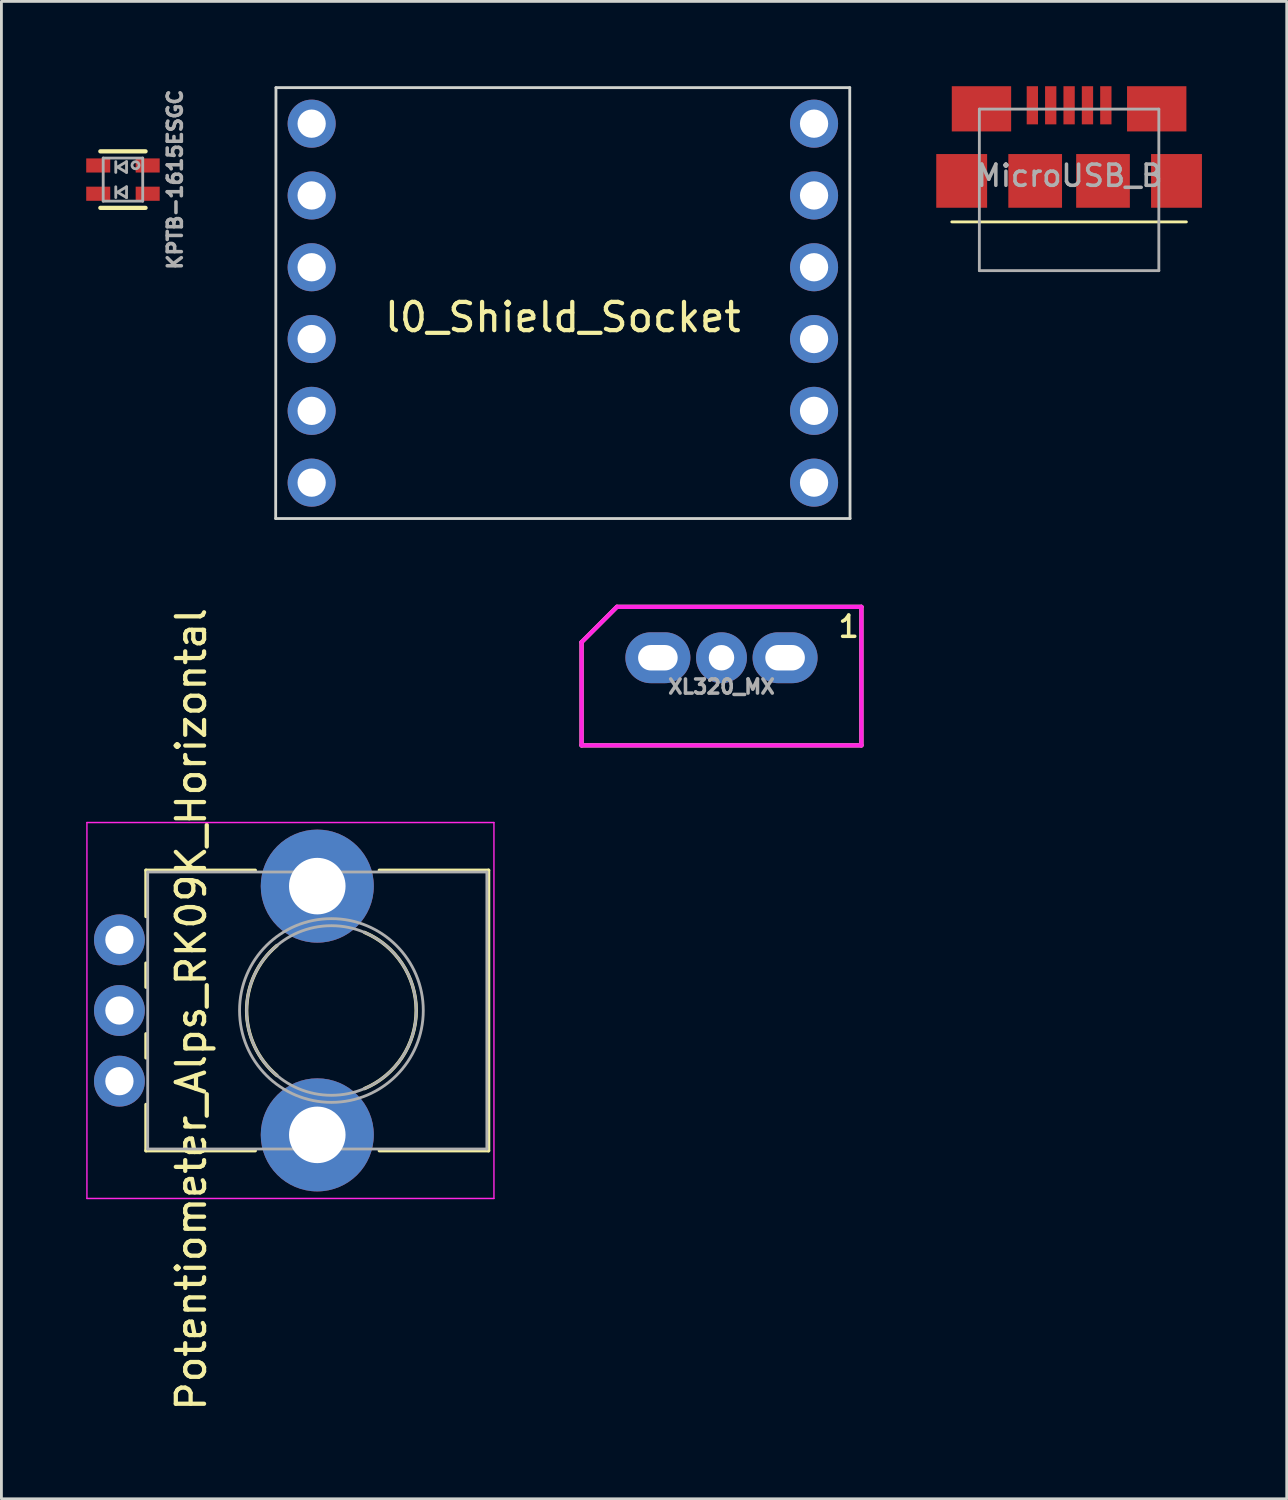
<source format=kicad_pcb>
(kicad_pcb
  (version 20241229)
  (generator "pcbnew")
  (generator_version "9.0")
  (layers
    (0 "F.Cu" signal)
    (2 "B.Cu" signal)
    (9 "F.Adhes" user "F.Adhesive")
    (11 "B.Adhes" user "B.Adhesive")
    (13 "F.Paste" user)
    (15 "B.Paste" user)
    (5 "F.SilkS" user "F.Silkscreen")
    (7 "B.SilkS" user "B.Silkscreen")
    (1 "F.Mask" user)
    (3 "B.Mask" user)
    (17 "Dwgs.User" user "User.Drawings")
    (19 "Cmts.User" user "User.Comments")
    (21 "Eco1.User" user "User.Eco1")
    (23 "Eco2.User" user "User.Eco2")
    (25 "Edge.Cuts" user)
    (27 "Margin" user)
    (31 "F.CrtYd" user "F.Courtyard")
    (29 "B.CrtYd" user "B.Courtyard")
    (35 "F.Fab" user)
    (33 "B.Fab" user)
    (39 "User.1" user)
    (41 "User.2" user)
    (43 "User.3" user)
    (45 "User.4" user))
  (footprint "KPTB-1615ESGC"
    (layer "F.Cu")
    (at 1.3 3.304)
    (property "Reference" "KPTB-1615ESGC" (at 1.841 0 90) (layer "F.Fab") (effects (font (size 0.5 0.5) (thickness 0.125))))
    (attr through_hole)
    (fp_line (start 0.8 -1) (end -0.8 -1) (stroke (width 0.15) (type solid)) (layer "F.SilkS"))
    (fp_line (start 0.8 1) (end -0.8 1) (stroke (width 0.15) (type solid)) (layer "F.SilkS"))
    (fp_line (start -0.699 -0.762) (end 0.699 -0.762) (stroke (width 0.1) (type solid)) (layer "F.Fab"))
    (fp_line (start -0.699 0.762) (end -0.699 -0.762) (stroke (width 0.1) (type solid)) (layer "F.Fab"))
    (fp_line (start -0.254 -0.635) (end -0.254 -0.254) (stroke (width 0.1) (type solid)) (layer "F.Fab"))
    (fp_line (start -0.254 0.254) (end -0.254 0.635) (stroke (width 0.1) (type solid)) (layer "F.Fab"))
    (fp_line (start -0.191 -0.445) (end 0.127 -0.635) (stroke (width 0.1) (type solid)) (layer "F.Fab"))
    (fp_line (start -0.191 0.445) (end 0.127 0.254) (stroke (width 0.1) (type solid)) (layer "F.Fab"))
    (fp_line (start 0.127 -0.635) (end 0.127 -0.254) (stroke (width 0.1) (type solid)) (layer "F.Fab"))
    (fp_line (start 0.127 -0.254) (end -0.191 -0.445) (stroke (width 0.1) (type solid)) (layer "F.Fab"))
    (fp_line (start 0.127 0.254) (end 0.127 0.635) (stroke (width 0.1) (type solid)) (layer "F.Fab"))
    (fp_line (start 0.127 0.635) (end -0.191 0.445) (stroke (width 0.1) (type solid)) (layer "F.Fab"))
    (fp_line (start 0.699 -0.762) (end 0.699 0.762) (stroke (width 0.1) (type solid)) (layer "F.Fab"))
    (fp_line (start 0.699 0.762) (end -0.699 0.762) (stroke (width 0.1) (type solid)) (layer "F.Fab"))
    (fp_circle (center 0.445 -0.508) (end 0.445 -0.381) (stroke (width 0.1) (type solid)) (fill no) (layer "F.Fab"))
    (pad "1" smd rect (at 0.875 -0.5) (size 0.85 0.5) (layers "F.Cu" "F.Mask" "F.Paste"))
    (pad "2" smd rect (at -0.875 -0.5) (size 0.85 0.5) (layers "F.Cu" "F.Mask" "F.Paste"))
    (pad "3" smd rect (at 0.875 0.5) (size 0.85 0.5) (layers "F.Cu" "F.Mask" "F.Paste"))
    (pad "4" smd rect (at -0.875 0.5) (size 0.85 0.5) (layers "F.Cu" "F.Mask" "F.Paste")))
  (footprint "MicroUSB_B"
    (layer "F.Cu")
    (at 34.773 3.35)
    (property "Reference" "MicroUSB_B" (at 0.015 -0.185 0) (layer "F.Fab") (effects (font (size 0.75 0.75) (thickness 0.125))))
    (attr through_hole)
    (fp_line (start 4.15 1.45) (end -4.15 1.45) (stroke (width 0.1) (type solid)) (layer "F.SilkS"))
    (fp_line (start -3.175 -2.54) (end 3.175 -2.54) (stroke (width 0.1) (type solid)) (layer "F.Fab"))
    (fp_line (start -3.175 3.175) (end -3.175 -2.54) (stroke (width 0.1) (type solid)) (layer "F.Fab"))
    (fp_line (start 3.175 -2.54) (end 3.175 3.175) (stroke (width 0.1) (type solid)) (layer "F.Fab"))
    (fp_line (start 3.175 3.175) (end -3.175 3.175) (stroke (width 0.1) (type solid)) (layer "F.Fab"))
    (pad "1" smd rect (at -1.3 -2.675) (size 0.4 1.35) (layers "F.Cu" "F.Mask" "F.Paste"))
    (pad "2" smd rect (at -0.65 -2.675) (size 0.4 1.35) (layers "F.Cu" "F.Mask" "F.Paste"))
    (pad "3" smd rect (at 0 -2.675) (size 0.4 1.35) (layers "F.Cu" "F.Mask" "F.Paste"))
    (pad "4" smd rect (at 0.65 -2.675) (size 0.4 1.35) (layers "F.Cu" "F.Mask" "F.Paste"))
    (pad "5" smd rect (at -3.8 0) (size 1.8 1.9) (layers "F.Cu" "F.Mask" "F.Paste"))
    (pad "5" smd rect (at -3.1 -2.55) (size 2.1 1.6) (layers "F.Cu" "F.Mask" "F.Paste"))
    (pad "5" smd rect (at -1.2 0) (size 1.9 1.9) (layers "F.Cu" "F.Mask" "F.Paste"))
    (pad "5" smd rect (at 1.2 0) (size 1.9 1.9) (layers "F.Cu" "F.Mask" "F.Paste"))
    (pad "5" smd rect (at 1.3 -2.675) (size 0.4 1.35) (layers "F.Cu" "F.Mask" "F.Paste"))
    (pad "5" smd rect (at 3.1 -2.55) (size 2.1 1.6) (layers "F.Cu" "F.Mask" "F.Paste"))
    (pad "5" smd rect (at 3.8 0) (size 1.8 1.9) (layers "F.Cu" "F.Mask" "F.Paste")))
  (footprint "Potentiometer_Alps_RK09K_Horizontal"
    (layer "F.Cu")
    (at 1.175 35.2)
    (property "Reference" "Potentiometer_Alps_RK09K_Horizontal" (at 2.54 -2.54 90) (layer "F.SilkS") (effects (font (size 1 1) (thickness 0.15))))
    (attr through_hole)
    (fp_line (start 0.94 -7.461) (end 0.94 -5.825) (stroke (width 0.12) (type solid)) (layer "F.SilkS"))
    (fp_line (start 0.94 -7.461) (end 4.806 -7.461) (stroke (width 0.12) (type solid)) (layer "F.SilkS"))
    (fp_line (start 0.94 -4.175) (end 0.94 -3.325) (stroke (width 0.12) (type solid)) (layer "F.SilkS"))
    (fp_line (start 0.94 -1.675) (end 0.94 -0.825) (stroke (width 0.12) (type solid)) (layer "F.SilkS"))
    (fp_line (start 0.94 0.825) (end 0.94 2.46) (stroke (width 0.12) (type solid)) (layer "F.SilkS"))
    (fp_line (start 0.94 2.46) (end 4.806 2.46) (stroke (width 0.12) (type solid)) (layer "F.SilkS"))
    (fp_line (start 9.195 -7.461) (end 13.06 -7.461) (stroke (width 0.12) (type solid)) (layer "F.SilkS"))
    (fp_line (start 9.195 2.46) (end 13.06 2.46) (stroke (width 0.12) (type solid)) (layer "F.SilkS"))
    (fp_line (start 13.06 -7.461) (end 13.06 2.46) (stroke (width 0.12) (type solid)) (layer "F.SilkS"))
    (fp_arc (start 5.571705 -0.202247) (mid 4.500335 -2.500192) (end 5.572 -4.798) (stroke (width 0.12) (type solid)) (layer "F.SilkS"))
    (fp_arc (start 8.671982 -5.262432) (mid 10.500762 -2.500553) (end 8.673 0.262) (stroke (width 0.12) (type solid)) (layer "F.SilkS"))
    (fp_line (start -1.15 -9.15) (end -1.15 4.15) (stroke (width 0.05) (type solid)) (layer "F.CrtYd"))
    (fp_line (start -1.15 4.15) (end 13.25 4.15) (stroke (width 0.05) (type solid)) (layer "F.CrtYd"))
    (fp_line (start 13.25 -9.15) (end -1.15 -9.15) (stroke (width 0.05) (type solid)) (layer "F.CrtYd"))
    (fp_line (start 13.25 4.15) (end 13.25 -9.15) (stroke (width 0.05) (type solid)) (layer "F.CrtYd"))
    (fp_line (start 1 -7.4) (end 1 2.4) (stroke (width 0.1) (type solid)) (layer "F.Fab"))
    (fp_line (start 1 2.4) (end 13 2.4) (stroke (width 0.1) (type solid)) (layer "F.Fab"))
    (fp_line (start 13 -7.4) (end 1 -7.4) (stroke (width 0.1) (type solid)) (layer "F.Fab"))
    (fp_line (start 13 2.4) (end 13 -7.4) (stroke (width 0.1) (type solid)) (layer "F.Fab"))
    (fp_circle (center 7.5 -2.5) (end 10.5 -2.5) (stroke (width 0.1) (type solid)) (fill no) (layer "F.Fab"))
    (fp_circle (center 7.5 -2.5) (end 10.75 -2.5) (stroke (width 0.1) (type solid)) (fill no) (layer "F.Fab"))
    (pad "" np_thru_hole circle (at 7 -6.9) (size 4 4) (drill 2) (layers "*.Cu" "*.Mask"))
    (pad "" np_thru_hole circle (at 7 1.9) (size 4 4) (drill 2) (layers "*.Cu" "*.Mask"))
    (pad "1" thru_hole circle (at 0 0) (size 1.8 1.8) (drill 1) (layers "*.Cu" "*.Mask"))
    (pad "2" thru_hole circle (at 0 -2.5) (size 1.8 1.8) (drill 1) (layers "*.Cu" "*.Mask"))
    (pad "3" thru_hole circle (at 0 -5) (size 1.8 1.8) (drill 1) (layers "*.Cu" "*.Mask")))
  (footprint "XL320_MX"
    (layer "F.Cu")
    (at 22.475 20.22)
    (property "Reference" "XL320_MX" (at 0 1.025 0) (layer "F.Fab") (effects (font (size 0.5 0.5) (thickness 0.125))))
    (attr through_hole)
    (fp_line (start -4.95 -0.55) (end -4.95 3.1) (stroke (width 0.15) (type solid)) (layer "F.SilkS"))
    (fp_line (start -4.95 -0.55) (end -3.7 -1.8) (stroke (width 0.15) (type solid)) (layer "F.SilkS"))
    (fp_line (start -4.95 3.1) (end 4.95 3.1) (stroke (width 0.15) (type solid)) (layer "F.SilkS"))
    (fp_line (start 4.95 -1.8) (end -3.7 -1.8) (stroke (width 0.15) (type solid)) (layer "F.SilkS"))
    (fp_line (start 4.95 3.1) (end 4.95 -1.8) (stroke (width 0.15) (type solid)) (layer "F.SilkS"))
    (fp_line (start -4.95 -0.55) (end -4.95 3.1) (stroke (width 0.15) (type solid)) (layer "F.CrtYd"))
    (fp_line (start -4.95 -0.55) (end -3.7 -1.8) (stroke (width 0.15) (type solid)) (layer "F.CrtYd"))
    (fp_line (start -4.95 3.1) (end 4.95 3.1) (stroke (width 0.15) (type solid)) (layer "F.CrtYd"))
    (fp_line (start 4.95 -1.8) (end -3.7 -1.8) (stroke (width 0.15) (type solid)) (layer "F.CrtYd"))
    (fp_line (start 4.95 3.1) (end 4.95 -1.8) (stroke (width 0.15) (type solid)) (layer "F.CrtYd"))
    (fp_text user "1" (at 4.5 -1.1 0) (layer "F.SilkS") (effects (font (size 0.75 0.75) (thickness 0.125))))
    (pad "1" thru_hole oval (at 2.25 0 180) (size 2.3 1.8) (drill oval 1.4 0.9) (layers "*.Cu" "*.Mask"))
    (pad "2" thru_hole circle (at 0 0) (size 1.8 1.8) (drill 0.9) (layers "*.Cu" "*.Mask"))
    (pad "3" thru_hole oval (at -2.25 0) (size 2.3 1.8) (drill oval 1.4 0.9) (layers "*.Cu" "*.Mask")))
  (footprint "l0_Shield_Socket"
    (layer "F.Cu")
    (at 16.863 7.675)
    (property "Reference" "l0_Shield_Socket" (at 0 0.5 0) (layer "F.SilkS") (effects (font (size 1 1) (thickness 0.15))))
    (attr through_hole)
    (fp_line (start -10.16 7.62) (end 10.16 7.62) (stroke (width 0.1) (type solid)) (layer "Edge.Cuts"))
    (fp_line (start -10.15 -7.625) (end -10.16 7.62) (stroke (width 0.1) (type solid)) (layer "Edge.Cuts"))
    (fp_line (start -10.15 -7.625) (end 10.15 -7.625) (stroke (width 0.1) (type solid)) (layer "Edge.Cuts"))
    (fp_line (start 10.15 -7.625) (end 10.16 7.62) (stroke (width 0.1) (type solid)) (layer "Edge.Cuts"))
    (pad "1" thru_hole circle (at 8.887 6.35 270) (size 1.7 1.7) (drill 1) (layers "*.Cu" "*.Mask"))
    (pad "2" thru_hole circle (at 8.887 3.81 270) (size 1.7 1.7) (drill 1) (layers "*.Cu" "*.Mask"))
    (pad "3" thru_hole circle (at 8.887 1.27 270) (size 1.7 1.7) (drill 1) (layers "*.Cu" "*.Mask"))
    (pad "4" thru_hole circle (at 8.887 -1.27 270) (size 1.7 1.7) (drill 1) (layers "*.Cu" "*.Mask"))
    (pad "5" thru_hole circle (at 8.887 -3.81 270) (size 1.7 1.7) (drill 1) (layers "*.Cu" "*.Mask"))
    (pad "6" thru_hole circle (at 8.887 -6.35 270) (size 1.7 1.7) (drill 1) (layers "*.Cu" "*.Mask"))
    (pad "7" thru_hole circle (at -8.887 -6.35 270) (size 1.7 1.7) (drill 1) (layers "*.Cu" "*.Mask"))
    (pad "8" thru_hole circle (at -8.887 -3.81 270) (size 1.7 1.7) (drill 1) (layers "*.Cu" "*.Mask"))
    (pad "9" thru_hole circle (at -8.887 -1.27 270) (size 1.7 1.7) (drill 1) (layers "*.Cu" "*.Mask"))
    (pad "10" thru_hole circle (at -8.887 1.27 270) (size 1.7 1.7) (drill 1) (layers "*.Cu" "*.Mask"))
    (pad "11" thru_hole circle (at -8.887 3.81 270) (size 1.7 1.7) (drill 1) (layers "*.Cu" "*.Mask"))
    (pad "12" thru_hole circle (at -8.887 6.35 270) (size 1.7 1.7) (drill 1) (layers "*.Cu" "*.Mask")))
  (gr_rect
    (start -3 -3)
    (end 42.473 49.976)
    (stroke (width 0.1) (type default))
    (fill no)
    (layer "Edge.Cuts")))
</source>
